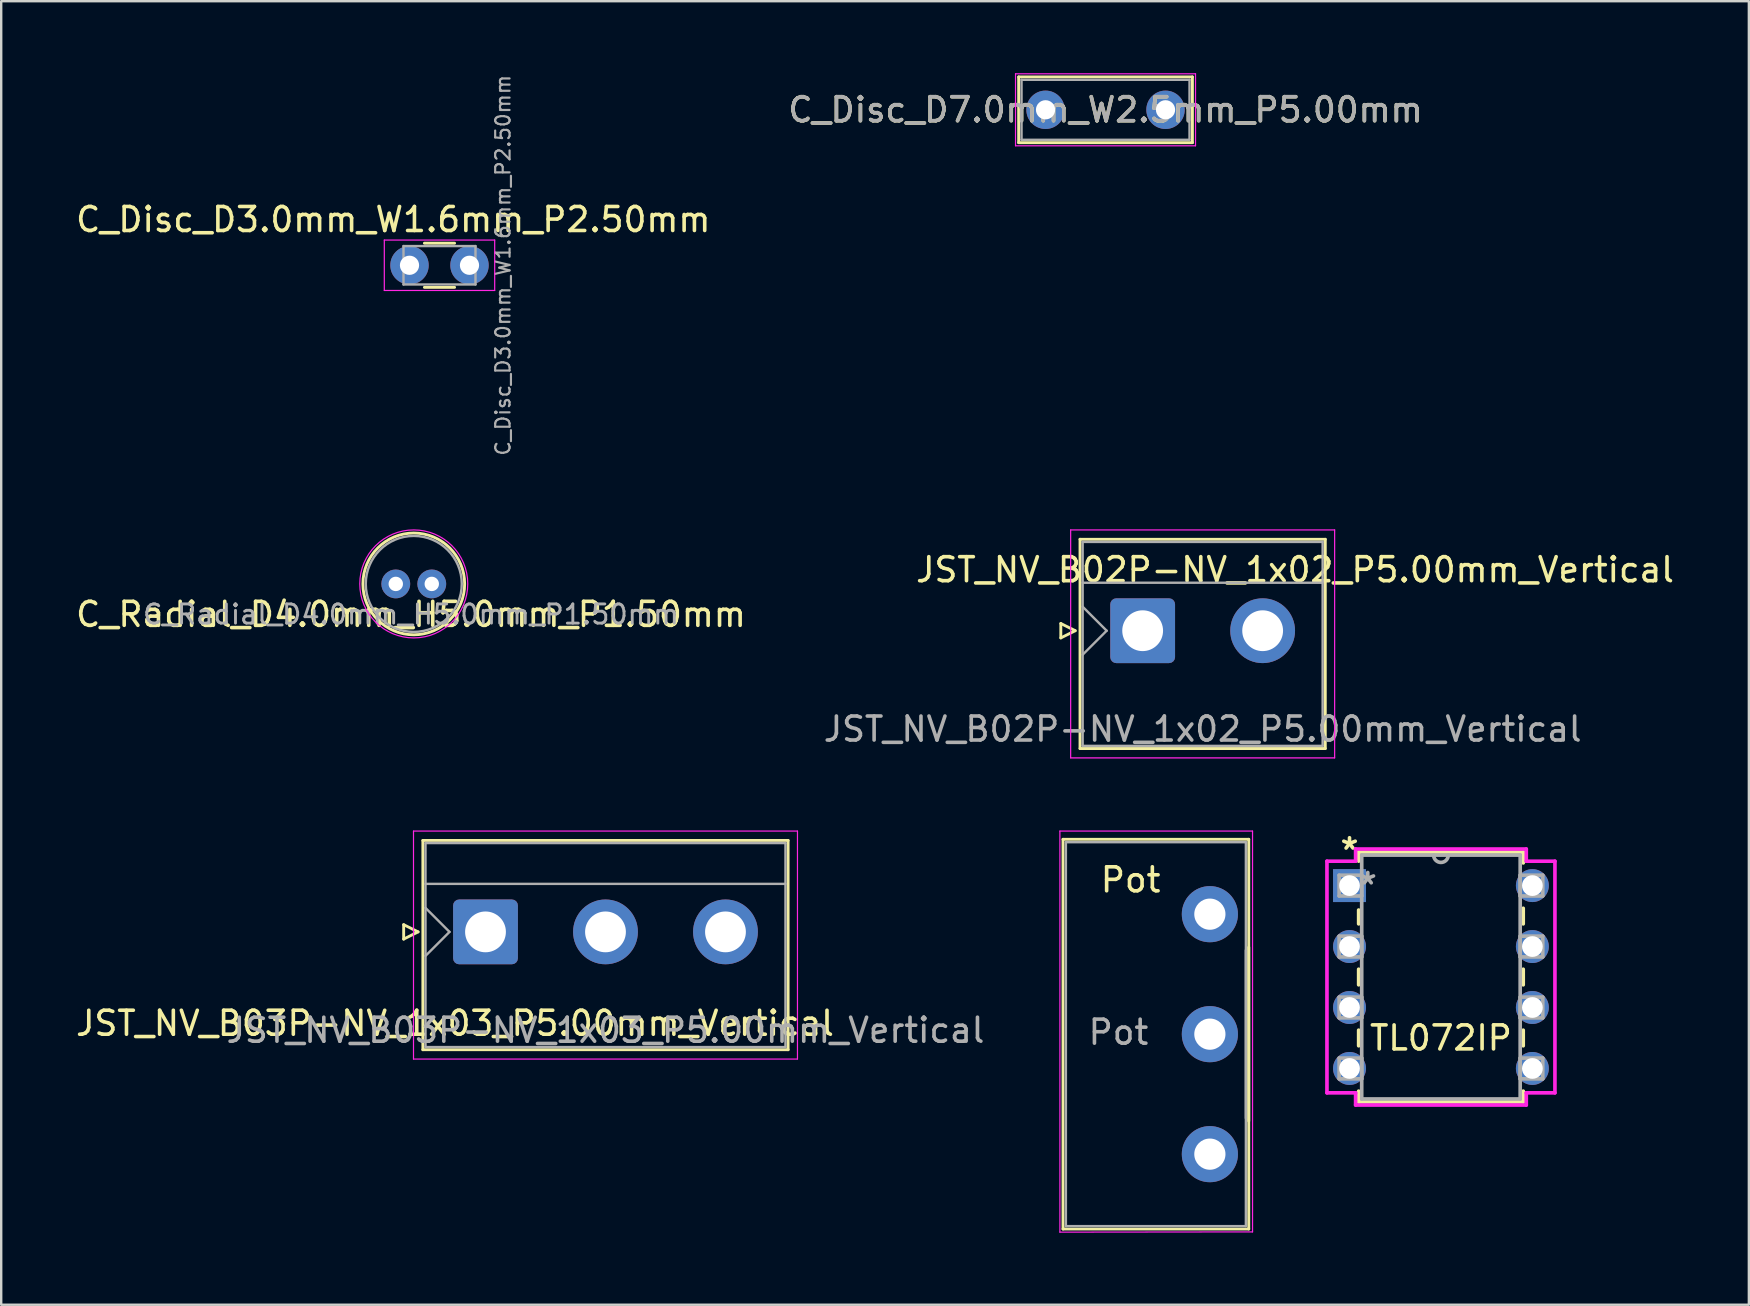
<source format=kicad_pcb>
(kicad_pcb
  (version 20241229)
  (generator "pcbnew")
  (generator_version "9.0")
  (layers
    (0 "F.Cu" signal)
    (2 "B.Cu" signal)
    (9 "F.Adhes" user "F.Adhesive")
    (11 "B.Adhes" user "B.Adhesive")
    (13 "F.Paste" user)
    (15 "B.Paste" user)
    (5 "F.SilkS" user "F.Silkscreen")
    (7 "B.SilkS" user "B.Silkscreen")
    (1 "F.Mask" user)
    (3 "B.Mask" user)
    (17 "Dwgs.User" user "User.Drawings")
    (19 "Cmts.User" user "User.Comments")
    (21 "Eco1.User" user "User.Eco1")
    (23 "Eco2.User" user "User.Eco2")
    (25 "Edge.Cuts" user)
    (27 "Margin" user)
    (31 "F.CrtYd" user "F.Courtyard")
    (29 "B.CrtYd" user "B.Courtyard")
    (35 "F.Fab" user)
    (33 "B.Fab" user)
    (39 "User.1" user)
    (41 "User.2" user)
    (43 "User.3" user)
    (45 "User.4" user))
  (footprint "JST_NV_B03P-NV_1x03_P5.00mm_Vertical"
    (layer "F.Cu")
    (at 17.181 35.782)
    (property "Reference" "JST_NV_B03P-NV_1x03_P5.00mm_Vertical" (at -1.27 3.81 180) (layer "F.SilkS") (effects (font (size 1 1) (thickness 0.15))))
    (attr through_hole)
    (fp_line (start -3.41 -0.3) (end -2.81 0) (stroke (width 0.12) (type solid)) (layer "F.SilkS"))
    (fp_line (start -3.41 0.3) (end -3.41 -0.3) (stroke (width 0.12) (type solid)) (layer "F.SilkS"))
    (fp_line (start -2.81 0) (end -3.41 0.3) (stroke (width 0.12) (type solid)) (layer "F.SilkS"))
    (fp_line (start -2.61 -3.81) (end -2.61 4.91) (stroke (width 0.12) (type solid)) (layer "F.SilkS"))
    (fp_line (start -2.61 4.91) (end 12.61 4.91) (stroke (width 0.12) (type solid)) (layer "F.SilkS"))
    (fp_line (start 12.61 -3.81) (end -2.61 -3.81) (stroke (width 0.12) (type solid)) (layer "F.SilkS"))
    (fp_line (start 12.61 4.91) (end 12.61 -3.81) (stroke (width 0.12) (type solid)) (layer "F.SilkS"))
    (fp_line (start -3 -4.2) (end -3 5.3) (stroke (width 0.05) (type solid)) (layer "F.CrtYd"))
    (fp_line (start -3 5.3) (end 13 5.3) (stroke (width 0.05) (type solid)) (layer "F.CrtYd"))
    (fp_line (start 13 -4.2) (end -3 -4.2) (stroke (width 0.05) (type solid)) (layer "F.CrtYd"))
    (fp_line (start 13 5.3) (end 13 -4.2) (stroke (width 0.05) (type solid)) (layer "F.CrtYd"))
    (fp_line (start -2.5 -3.7) (end -2.5 4.8) (stroke (width 0.1) (type solid)) (layer "F.Fab"))
    (fp_line (start -2.5 -2) (end 12.5 -2) (stroke (width 0.1) (type solid)) (layer "F.Fab"))
    (fp_line (start -2.5 -1) (end -1.5 0) (stroke (width 0.1) (type solid)) (layer "F.Fab"))
    (fp_line (start -2.5 1) (end -1.5 0) (stroke (width 0.1) (type solid)) (layer "F.Fab"))
    (fp_line (start -2.5 4.8) (end 12.5 4.8) (stroke (width 0.1) (type solid)) (layer "F.Fab"))
    (fp_line (start 12.5 -3.7) (end -2.5 -3.7) (stroke (width 0.1) (type solid)) (layer "F.Fab"))
    (fp_line (start 12.5 4.8) (end 12.5 -3.7) (stroke (width 0.1) (type solid)) (layer "F.Fab"))
    (fp_text user "${REFERENCE}" (at 5 4.1 180) (layer "F.Fab") (effects (font (size 1 1) (thickness 0.15))))
    (pad "1" thru_hole roundrect (at 0 0) (size 2.7 2.7) (drill 1.7) (layers "*.Cu" "*.Mask") (roundrect_rratio 0.093))
    (pad "2" thru_hole circle (at 5 0) (size 2.7 2.7) (drill 1.7) (layers "*.Cu" "*.Mask"))
    (pad "3" thru_hole circle (at 10 0) (size 2.7 2.7) (drill 1.7) (layers "*.Cu" "*.Mask")))
  (footprint "Pot"
    (layer "F.Cu")
    (at 47.366 45.044)
    (property "Reference" "Pot" (at -3.302 -11.43 180) (layer "F.SilkS") (effects (font (size 1 1) (thickness 0.15))))
    (attr through_hole)
    (fp_line (start -6.12 -13.12) (end -6.12 3.12) (stroke (width 0.12) (type solid)) (layer "F.SilkS"))
    (fp_line (start -6.12 -13.12) (end 1.62 -13.12) (stroke (width 0.12) (type solid)) (layer "F.SilkS"))
    (fp_line (start -6.12 3.12) (end 1.62 3.12) (stroke (width 0.12) (type solid)) (layer "F.SilkS"))
    (fp_line (start 1.62 -13.12) (end 1.62 3.12) (stroke (width 0.12) (type solid)) (layer "F.SilkS"))
    (fp_line (start 1.62 -8.62) (end 1.62 -1.38) (stroke (width 0.12) (type solid)) (layer "F.SilkS"))
    (fp_line (start -6.25 -13.462) (end -6.25 3.25) (stroke (width 0.05) (type solid)) (layer "F.CrtYd"))
    (fp_line (start 1.778 -13.462) (end -6.25 -13.462) (stroke (width 0.05) (type solid)) (layer "F.CrtYd"))
    (fp_line (start 1.778 3.24) (end -6.25 3.25) (stroke (width 0.05) (type solid)) (layer "F.CrtYd"))
    (fp_line (start 1.778 3.24) (end 1.778 -13.462) (stroke (width 0.05) (type solid)) (layer "F.CrtYd"))
    (fp_line (start -6 -13) (end -6 3) (stroke (width 0.1) (type solid)) (layer "F.Fab"))
    (fp_line (start -6 3) (end 1.5 3) (stroke (width 0.1) (type solid)) (layer "F.Fab"))
    (fp_line (start 1.5 -13) (end -6 -13) (stroke (width 0.1) (type solid)) (layer "F.Fab"))
    (fp_line (start 1.5 -8.5) (end 1.5 -1.5) (stroke (width 0.1) (type solid)) (layer "F.Fab"))
    (fp_line (start 1.5 3) (end 1.5 -13) (stroke (width 0.1) (type solid)) (layer "F.Fab"))
    (fp_text user "${REFERENCE}" (at -3.81 -5.08 180) (layer "F.Fab") (effects (font (size 1 1) (thickness 0.15))))
    (pad "1" thru_hole circle (at 0 0) (size 2.34 2.34) (drill 1.3) (layers "*.Cu" "*.Mask"))
    (pad "2" thru_hole circle (at 0 -5) (size 2.34 2.34) (drill 1.3) (layers "*.Cu" "*.Mask"))
    (pad "3" thru_hole circle (at 0 -10) (size 2.34 2.34) (drill 1.3) (layers "*.Cu" "*.Mask")))
  (footprint "TL072IP"
    (layer "F.Cu")
    (at 60.805 41.473)
    (property "Reference" "TL072IP" (at -3.81 -1.27 180) (layer "F.SilkS") (effects (font (size 1 1) (thickness 0.15))))
    (attr through_hole)
    (fp_line (start -7.239 -9.017) (end -7.239 -8.639) (stroke (width 0.152) (type solid)) (layer "F.SilkS"))
    (fp_line (start -7.239 -6.601) (end -7.239 -6.025) (stroke (width 0.152) (type solid)) (layer "F.SilkS"))
    (fp_line (start -7.239 -4.135) (end -7.239 -3.485) (stroke (width 0.152) (type solid)) (layer "F.SilkS"))
    (fp_line (start -7.239 -1.595) (end -7.239 -0.945) (stroke (width 0.152) (type solid)) (layer "F.SilkS"))
    (fp_line (start -7.239 0.945) (end -7.239 1.397) (stroke (width 0.152) (type solid)) (layer "F.SilkS"))
    (fp_line (start -7.239 1.397) (end -0.381 1.397) (stroke (width 0.152) (type solid)) (layer "F.SilkS"))
    (fp_line (start -0.381 -9.017) (end -7.239 -9.017) (stroke (width 0.152) (type solid)) (layer "F.SilkS"))
    (fp_line (start -0.381 -8.565) (end -0.381 -9.017) (stroke (width 0.152) (type solid)) (layer "F.SilkS"))
    (fp_line (start -0.381 -6.025) (end -0.381 -6.675) (stroke (width 0.152) (type solid)) (layer "F.SilkS"))
    (fp_line (start -0.381 -3.485) (end -0.381 -4.135) (stroke (width 0.152) (type solid)) (layer "F.SilkS"))
    (fp_line (start -0.381 -0.945) (end -0.381 -1.595) (stroke (width 0.152) (type solid)) (layer "F.SilkS"))
    (fp_line (start -0.381 1.397) (end -0.381 0.945) (stroke (width 0.152) (type solid)) (layer "F.SilkS"))
    (fp_line (start -8.56 -8.636) (end -8.56 1.016) (stroke (width 0.152) (type solid)) (layer "F.CrtYd"))
    (fp_line (start -8.56 1.016) (end -7.366 1.016) (stroke (width 0.152) (type solid)) (layer "F.CrtYd"))
    (fp_line (start -7.366 -9.144) (end -7.366 -8.636) (stroke (width 0.152) (type solid)) (layer "F.CrtYd"))
    (fp_line (start -7.366 -8.636) (end -8.56 -8.636) (stroke (width 0.152) (type solid)) (layer "F.CrtYd"))
    (fp_line (start -7.366 1.016) (end -7.366 1.524) (stroke (width 0.152) (type solid)) (layer "F.CrtYd"))
    (fp_line (start -7.366 1.524) (end -0.254 1.524) (stroke (width 0.152) (type solid)) (layer "F.CrtYd"))
    (fp_line (start -0.254 -9.144) (end -7.366 -9.144) (stroke (width 0.152) (type solid)) (layer "F.CrtYd"))
    (fp_line (start -0.254 -8.636) (end -0.254 -9.144) (stroke (width 0.152) (type solid)) (layer "F.CrtYd"))
    (fp_line (start -0.254 1.016) (end 0.94 1.016) (stroke (width 0.152) (type solid)) (layer "F.CrtYd"))
    (fp_line (start -0.254 1.524) (end -0.254 1.016) (stroke (width 0.152) (type solid)) (layer "F.CrtYd"))
    (fp_line (start 0.94 -8.636) (end -0.254 -8.636) (stroke (width 0.152) (type solid)) (layer "F.CrtYd"))
    (fp_line (start 0.94 1.016) (end 0.94 -8.636) (stroke (width 0.152) (type solid)) (layer "F.CrtYd"))
    (fp_line (start -8.052 -8.052) (end -8.052 -7.188) (stroke (width 0.152) (type solid)) (layer "F.Fab"))
    (fp_line (start -8.052 -7.188) (end -7.112 -7.188) (stroke (width 0.152) (type solid)) (layer "F.Fab"))
    (fp_line (start -8.052 -5.512) (end -8.052 -4.648) (stroke (width 0.152) (type solid)) (layer "F.Fab"))
    (fp_line (start -8.052 -4.648) (end -7.112 -4.648) (stroke (width 0.152) (type solid)) (layer "F.Fab"))
    (fp_line (start -8.052 -2.972) (end -8.052 -2.108) (stroke (width 0.152) (type solid)) (layer "F.Fab"))
    (fp_line (start -8.052 -2.108) (end -7.112 -2.108) (stroke (width 0.152) (type solid)) (layer "F.Fab"))
    (fp_line (start -8.052 -0.432) (end -8.052 0.432) (stroke (width 0.152) (type solid)) (layer "F.Fab"))
    (fp_line (start -8.052 0.432) (end -7.112 0.432) (stroke (width 0.152) (type solid)) (layer "F.Fab"))
    (fp_line (start -7.112 -8.89) (end -7.112 1.27) (stroke (width 0.152) (type solid)) (layer "F.Fab"))
    (fp_line (start -7.112 -8.052) (end -8.052 -8.052) (stroke (width 0.152) (type solid)) (layer "F.Fab"))
    (fp_line (start -7.112 -7.188) (end -7.112 -8.052) (stroke (width 0.152) (type solid)) (layer "F.Fab"))
    (fp_line (start -7.112 -5.512) (end -8.052 -5.512) (stroke (width 0.152) (type solid)) (layer "F.Fab"))
    (fp_line (start -7.112 -4.648) (end -7.112 -5.512) (stroke (width 0.152) (type solid)) (layer "F.Fab"))
    (fp_line (start -7.112 -2.972) (end -8.052 -2.972) (stroke (width 0.152) (type solid)) (layer "F.Fab"))
    (fp_line (start -7.112 -2.108) (end -7.112 -2.972) (stroke (width 0.152) (type solid)) (layer "F.Fab"))
    (fp_line (start -7.112 -0.432) (end -8.052 -0.432) (stroke (width 0.152) (type solid)) (layer "F.Fab"))
    (fp_line (start -7.112 0.432) (end -7.112 -0.432) (stroke (width 0.152) (type solid)) (layer "F.Fab"))
    (fp_line (start -7.112 1.27) (end -0.508 1.27) (stroke (width 0.152) (type solid)) (layer "F.Fab"))
    (fp_line (start -0.508 -8.89) (end -7.112 -8.89) (stroke (width 0.152) (type solid)) (layer "F.Fab"))
    (fp_line (start -0.508 -8.052) (end -0.508 -7.188) (stroke (width 0.152) (type solid)) (layer "F.Fab"))
    (fp_line (start -0.508 -7.188) (end 0.432 -7.188) (stroke (width 0.152) (type solid)) (layer "F.Fab"))
    (fp_line (start -0.508 -5.512) (end -0.508 -4.648) (stroke (width 0.152) (type solid)) (layer "F.Fab"))
    (fp_line (start -0.508 -4.648) (end 0.432 -4.648) (stroke (width 0.152) (type solid)) (layer "F.Fab"))
    (fp_line (start -0.508 -2.972) (end -0.508 -2.108) (stroke (width 0.152) (type solid)) (layer "F.Fab"))
    (fp_line (start -0.508 -2.108) (end 0.432 -2.108) (stroke (width 0.152) (type solid)) (layer "F.Fab"))
    (fp_line (start -0.508 -0.432) (end -0.508 0.432) (stroke (width 0.152) (type solid)) (layer "F.Fab"))
    (fp_line (start -0.508 0.432) (end 0.432 0.432) (stroke (width 0.152) (type solid)) (layer "F.Fab"))
    (fp_line (start -0.508 1.27) (end -0.508 -8.89) (stroke (width 0.152) (type solid)) (layer "F.Fab"))
    (fp_line (start 0.432 -8.052) (end -0.508 -8.052) (stroke (width 0.152) (type solid)) (layer "F.Fab"))
    (fp_line (start 0.432 -7.188) (end 0.432 -8.052) (stroke (width 0.152) (type solid)) (layer "F.Fab"))
    (fp_line (start 0.432 -5.512) (end -0.508 -5.512) (stroke (width 0.152) (type solid)) (layer "F.Fab"))
    (fp_line (start 0.432 -4.648) (end 0.432 -5.512) (stroke (width 0.152) (type solid)) (layer "F.Fab"))
    (fp_line (start 0.432 -2.972) (end -0.508 -2.972) (stroke (width 0.152) (type solid)) (layer "F.Fab"))
    (fp_line (start 0.432 -2.108) (end 0.432 -2.972) (stroke (width 0.152) (type solid)) (layer "F.Fab"))
    (fp_line (start 0.432 -0.432) (end -0.508 -0.432) (stroke (width 0.152) (type solid)) (layer "F.Fab"))
    (fp_line (start 0.432 0.432) (end 0.432 -0.432) (stroke (width 0.152) (type solid)) (layer "F.Fab"))
    (fp_arc (start -3.5052 -8.89) (mid -3.81 -8.5852) (end -4.1148 -8.89) (stroke (width 0.1524) (type solid)) (layer "F.Fab"))
    (fp_text user "*" (at -7.62 -9.068 180) (layer "F.SilkS") (effects (font (size 1 1) (thickness 0.15))))
    (fp_text user "*" (at -6.858 -7.62 180) (layer "F.Fab") (effects (font (size 1 1) (thickness 0.15))))
    (pad "1" thru_hole rect (at -7.62 -7.62) (size 1.372 1.372) (drill 0.864) (layers "*.Cu" "*.Mask"))
    (pad "2" thru_hole circle (at -7.62 -5.08) (size 1.372 1.372) (drill 0.864) (layers "*.Cu" "*.Mask"))
    (pad "3" thru_hole circle (at -7.62 -2.54) (size 1.372 1.372) (drill 0.864) (layers "*.Cu" "*.Mask"))
    (pad "4" thru_hole circle (at -7.62 0) (size 1.372 1.372) (drill 0.864) (layers "*.Cu" "*.Mask"))
    (pad "5" thru_hole circle (at 0 0) (size 1.372 1.372) (drill 0.864) (layers "*.Cu" "*.Mask"))
    (pad "6" thru_hole circle (at 0 -2.54) (size 1.372 1.372) (drill 0.864) (layers "*.Cu" "*.Mask"))
    (pad "7" thru_hole circle (at 0 -5.08) (size 1.372 1.372) (drill 0.864) (layers "*.Cu" "*.Mask"))
    (pad "8" thru_hole circle (at 0 -7.62) (size 1.372 1.372) (drill 0.864) (layers "*.Cu" "*.Mask")))
  (footprint "C_Radial_D4.0mm_H5.0mm_P1.50mm"
    (layer "F.Cu")
    (at 13.442 21.282)
    (property "Reference" "C_Radial_D4.0mm_H5.0mm_P1.50mm" (at 0.635 1.27 180) (layer "F.SilkS") (effects (font (size 1 1) (thickness 0.15))))
    (attr through_hole)
    (fp_circle (center 0.75 0) (end 2.87 0) (stroke (width 0.12) (type solid)) (fill no) (layer "F.SilkS"))
    (fp_circle (center 0.75 0) (end 3 0) (stroke (width 0.05) (type solid)) (fill no) (layer "F.CrtYd"))
    (fp_circle (center 0.75 0) (end 2.75 0) (stroke (width 0.1) (type solid)) (fill no) (layer "F.Fab"))
    (fp_text user "${REFERENCE}" (at 0.635 1.27 0) (layer "F.Fab") (effects (font (size 0.8 0.8) (thickness 0.12))))
    (pad "1" thru_hole circle (at 0 0) (size 1.2 1.2) (drill 0.6) (layers "*.Cu" "*.Mask"))
    (pad "2" thru_hole circle (at 1.5 0) (size 1.2 1.2) (drill 0.6) (layers "*.Cu" "*.Mask")))
  (footprint "JST_NV_B02P-NV_1x02_P5.00mm_Vertical"
    (layer "F.Cu")
    (at 44.565 23.232)
    (property "Reference" "JST_NV_B02P-NV_1x02_P5.00mm_Vertical" (at 6.35 -2.54 180) (layer "F.SilkS") (effects (font (size 1 1) (thickness 0.15))))
    (attr through_hole)
    (fp_line (start -3.41 -0.3) (end -2.81 0) (stroke (width 0.12) (type solid)) (layer "F.SilkS"))
    (fp_line (start -3.41 0.3) (end -3.41 -0.3) (stroke (width 0.12) (type solid)) (layer "F.SilkS"))
    (fp_line (start -2.81 0) (end -3.41 0.3) (stroke (width 0.12) (type solid)) (layer "F.SilkS"))
    (fp_line (start -2.61 -3.81) (end -2.61 4.91) (stroke (width 0.12) (type solid)) (layer "F.SilkS"))
    (fp_line (start -2.61 4.91) (end 7.61 4.91) (stroke (width 0.12) (type solid)) (layer "F.SilkS"))
    (fp_line (start 7.61 -3.81) (end -2.61 -3.81) (stroke (width 0.12) (type solid)) (layer "F.SilkS"))
    (fp_line (start 7.61 4.91) (end 7.61 -3.81) (stroke (width 0.12) (type solid)) (layer "F.SilkS"))
    (fp_line (start -3 -4.2) (end -3 5.3) (stroke (width 0.05) (type solid)) (layer "F.CrtYd"))
    (fp_line (start -3 5.3) (end 8 5.3) (stroke (width 0.05) (type solid)) (layer "F.CrtYd"))
    (fp_line (start 8 -4.2) (end -3 -4.2) (stroke (width 0.05) (type solid)) (layer "F.CrtYd"))
    (fp_line (start 8 5.3) (end 8 -4.2) (stroke (width 0.05) (type solid)) (layer "F.CrtYd"))
    (fp_line (start -2.5 -3.7) (end -2.5 4.8) (stroke (width 0.1) (type solid)) (layer "F.Fab"))
    (fp_line (start -2.5 -2) (end 7.5 -2) (stroke (width 0.1) (type solid)) (layer "F.Fab"))
    (fp_line (start -2.5 -1) (end -1.5 0) (stroke (width 0.1) (type solid)) (layer "F.Fab"))
    (fp_line (start -2.5 1) (end -1.5 0) (stroke (width 0.1) (type solid)) (layer "F.Fab"))
    (fp_line (start -2.5 4.8) (end 7.5 4.8) (stroke (width 0.1) (type solid)) (layer "F.Fab"))
    (fp_line (start 7.5 -3.7) (end -2.5 -3.7) (stroke (width 0.1) (type solid)) (layer "F.Fab"))
    (fp_line (start 7.5 4.8) (end 7.5 -3.7) (stroke (width 0.1) (type solid)) (layer "F.Fab"))
    (fp_text user "${REFERENCE}" (at 2.5 4.1 180) (layer "F.Fab") (effects (font (size 1 1) (thickness 0.15))))
    (pad "1" thru_hole roundrect (at 0 0) (size 2.7 2.7) (drill 1.7) (layers "*.Cu" "*.Mask") (roundrect_rratio 0.093))
    (pad "2" thru_hole circle (at 5 0) (size 2.7 2.7) (drill 1.7) (layers "*.Cu" "*.Mask")))
  (footprint "C_Disc_D3.0mm_W1.6mm_P2.50mm"
    (layer "F.Cu")
    (at 14.014 8.004)
    (property "Reference" "C_Disc_D3.0mm_W1.6mm_P2.50mm" (at -0.675 -1.905 180) (layer "F.SilkS") (effects (font (size 1 1) (thickness 0.15))))
    (attr through_hole)
    (fp_line (start 0.621 -0.92) (end 1.879 -0.92) (stroke (width 0.12) (type solid)) (layer "F.SilkS"))
    (fp_line (start 0.621 0.92) (end 1.879 0.92) (stroke (width 0.12) (type solid)) (layer "F.SilkS"))
    (fp_line (start -1.05 -1.05) (end -1.05 1.05) (stroke (width 0.05) (type solid)) (layer "F.CrtYd"))
    (fp_line (start -1.05 1.05) (end 3.55 1.05) (stroke (width 0.05) (type solid)) (layer "F.CrtYd"))
    (fp_line (start 3.55 -1.05) (end -1.05 -1.05) (stroke (width 0.05) (type solid)) (layer "F.CrtYd"))
    (fp_line (start 3.55 1.05) (end 3.55 -1.05) (stroke (width 0.05) (type solid)) (layer "F.CrtYd"))
    (fp_line (start -0.25 -0.8) (end -0.25 0.8) (stroke (width 0.1) (type solid)) (layer "F.Fab"))
    (fp_line (start -0.25 0.8) (end 2.75 0.8) (stroke (width 0.1) (type solid)) (layer "F.Fab"))
    (fp_line (start 2.75 -0.8) (end -0.25 -0.8) (stroke (width 0.1) (type solid)) (layer "F.Fab"))
    (fp_line (start 2.75 0.8) (end 2.75 -0.8) (stroke (width 0.1) (type solid)) (layer "F.Fab"))
    (fp_text user "${REFERENCE}" (at 3.897 0 270) (layer "F.Fab") (effects (font (size 0.6 0.6) (thickness 0.09))))
    (pad "1" thru_hole circle (at 0 0) (size 1.6 1.6) (drill 0.8) (layers "*.Cu" "*.Mask"))
    (pad "2" thru_hole circle (at 2.5 0) (size 1.6 1.6) (drill 0.8) (layers "*.Cu" "*.Mask")))
  (footprint "C_Disc_D7.0mm_W2.5mm_P5.00mm"
    (layer "F.Cu")
    (at 40.518 1.525)
    (property "Reference" "C_Disc_D7.0mm_W2.5mm_P5.00mm" (at 2.5 0 0) (layer "F.SilkS") (effects (font (size 1 1) (thickness 0.15))))
    (attr through_hole)
    (fp_line (start -1.12 -1.37) (end -1.12 1.37) (stroke (width 0.12) (type solid)) (layer "F.SilkS"))
    (fp_line (start -1.12 -1.37) (end 6.12 -1.37) (stroke (width 0.12) (type solid)) (layer "F.SilkS"))
    (fp_line (start -1.12 1.37) (end 6.12 1.37) (stroke (width 0.12) (type solid)) (layer "F.SilkS"))
    (fp_line (start 6.12 -1.37) (end 6.12 1.37) (stroke (width 0.12) (type solid)) (layer "F.SilkS"))
    (fp_line (start -1.25 -1.5) (end -1.25 1.5) (stroke (width 0.05) (type solid)) (layer "F.CrtYd"))
    (fp_line (start -1.25 1.5) (end 6.25 1.5) (stroke (width 0.05) (type solid)) (layer "F.CrtYd"))
    (fp_line (start 6.25 -1.5) (end -1.25 -1.5) (stroke (width 0.05) (type solid)) (layer "F.CrtYd"))
    (fp_line (start 6.25 1.5) (end 6.25 -1.5) (stroke (width 0.05) (type solid)) (layer "F.CrtYd"))
    (fp_line (start -1 -1.25) (end -1 1.25) (stroke (width 0.1) (type solid)) (layer "F.Fab"))
    (fp_line (start -1 1.25) (end 6 1.25) (stroke (width 0.1) (type solid)) (layer "F.Fab"))
    (fp_line (start 6 -1.25) (end -1 -1.25) (stroke (width 0.1) (type solid)) (layer "F.Fab"))
    (fp_line (start 6 1.25) (end 6 -1.25) (stroke (width 0.1) (type solid)) (layer "F.Fab"))
    (fp_text user "${REFERENCE}" (at 2.5 0 0) (layer "F.Fab") (effects (font (size 1 1) (thickness 0.15))))
    (pad "1" thru_hole circle (at 0 0) (size 1.6 1.6) (drill 0.8) (layers "*.Cu" "*.Mask"))
    (pad "2" thru_hole circle (at 5 0) (size 1.6 1.6) (drill 0.8) (layers "*.Cu" "*.Mask")))
  (gr_rect
    (start -3 -3)
    (end 69.826 51.319)
    (stroke (width 0.1) (type default))
    (fill no)
    (layer "Edge.Cuts")))
</source>
